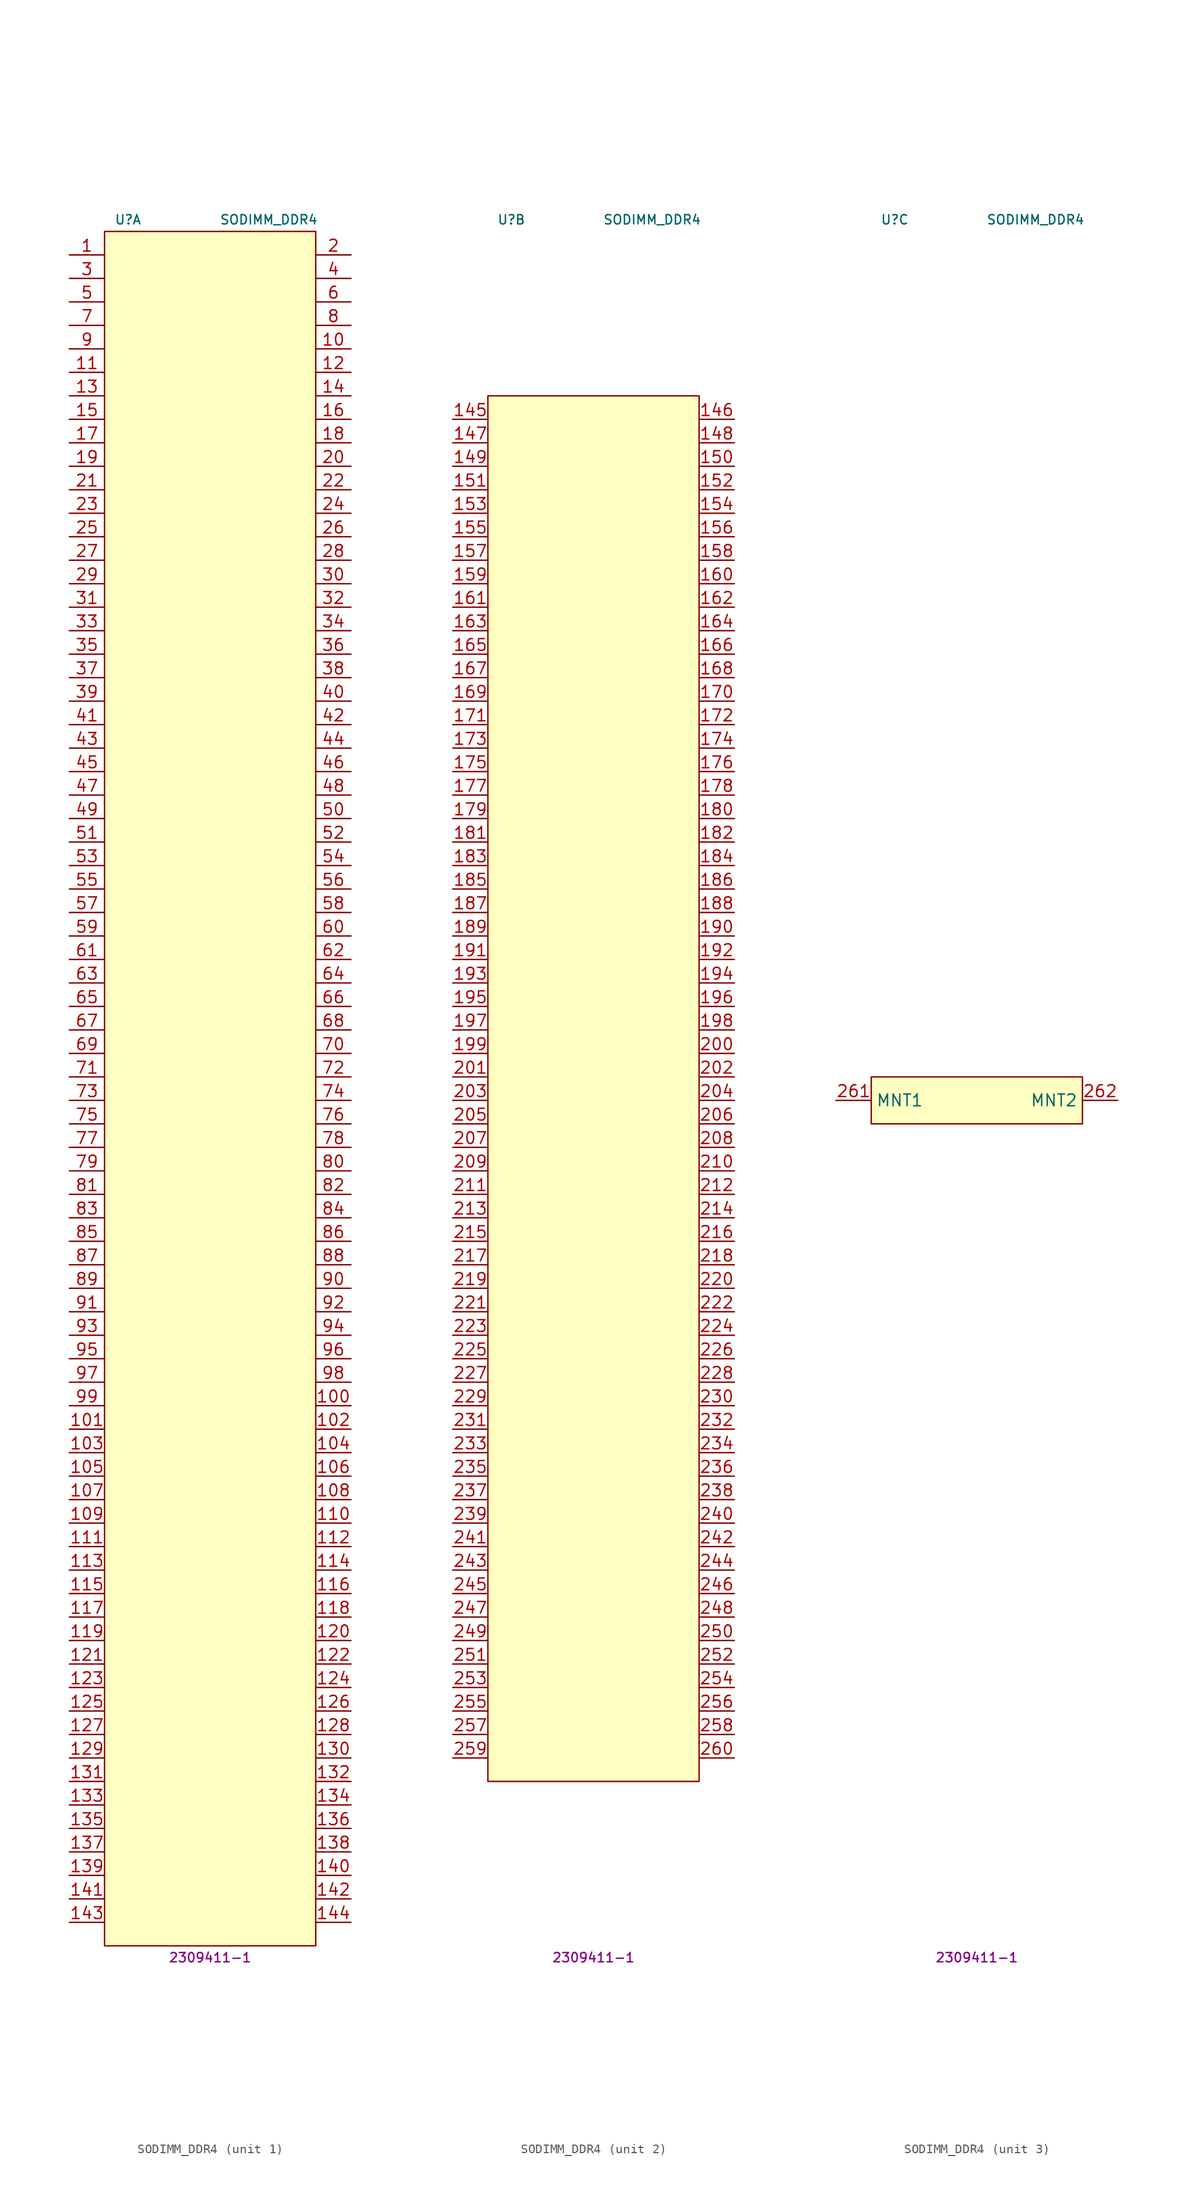
<source format=kicad_sym>
(kicad_symbol_lib
  (version 20231120)
  (generator "kicad_symbol_editor")
  (generator_version "8.0")
  (symbol "SODIMM_DDR4"
    (property "Reference" "U"
      (at -8.89 95.25 0)
      (effects (font (size 1 1))))
    (property "Value" "SODIMM_DDR4"
      (at 6.35 95.25 0)
      (effects (font (size 1 1))))
    (property "MPN" "2309411-1"
      (at 0 -92.71 0)
      (effects (font (size 1 1))))
    (property "ki_locked" ""
      (at 0 0 0)
      (effects (font (size 1.27 1.27))))
    (symbol "SODIMM_DDR4_1_1"
      (rectangle (start -11.43 93.98) (end 11.43 -91.44) (stroke (width 0.152) (type default)) (fill (type background)))
      (pin passive line (at -15.24 91.44 0) (length 3.81) (name "" (effects (font (size 1.27 1.27)))) (number "1" (effects (font (size 1.27 1.27)))))
      (pin passive line (at 15.24 81.28 180) (length 3.81) (name "" (effects (font (size 1.27 1.27)))) (number "10" (effects (font (size 1.27 1.27)))))
      (pin passive line (at 15.24 -33.02 180) (length 3.81) (name "" (effects (font (size 1.27 1.27)))) (number "100" (effects (font (size 1.27 1.27)))))
      (pin passive line (at -15.24 -35.56 0) (length 3.81) (name "" (effects (font (size 1.27 1.27)))) (number "101" (effects (font (size 1.27 1.27)))))
      (pin passive line (at 15.24 -35.56 180) (length 3.81) (name "" (effects (font (size 1.27 1.27)))) (number "102" (effects (font (size 1.27 1.27)))))
      (pin passive line (at -15.24 -38.1 0) (length 3.81) (name "" (effects (font (size 1.27 1.27)))) (number "103" (effects (font (size 1.27 1.27)))))
      (pin passive line (at 15.24 -38.1 180) (length 3.81) (name "" (effects (font (size 1.27 1.27)))) (number "104" (effects (font (size 1.27 1.27)))))
      (pin passive line (at -15.24 -40.64 0) (length 3.81) (name "" (effects (font (size 1.27 1.27)))) (number "105" (effects (font (size 1.27 1.27)))))
      (pin passive line (at 15.24 -40.64 180) (length 3.81) (name "" (effects (font (size 1.27 1.27)))) (number "106" (effects (font (size 1.27 1.27)))))
      (pin passive line (at -15.24 -43.18 0) (length 3.81) (name "" (effects (font (size 1.27 1.27)))) (number "107" (effects (font (size 1.27 1.27)))))
      (pin passive line (at 15.24 -43.18 180) (length 3.81) (name "" (effects (font (size 1.27 1.27)))) (number "108" (effects (font (size 1.27 1.27)))))
      (pin passive line (at -15.24 -45.72 0) (length 3.81) (name "" (effects (font (size 1.27 1.27)))) (number "109" (effects (font (size 1.27 1.27)))))
      (pin passive line (at -15.24 78.74 0) (length 3.81) (name "" (effects (font (size 1.27 1.27)))) (number "11" (effects (font (size 1.27 1.27)))))
      (pin passive line (at 15.24 -45.72 180) (length 3.81) (name "" (effects (font (size 1.27 1.27)))) (number "110" (effects (font (size 1.27 1.27)))))
      (pin passive line (at -15.24 -48.26 0) (length 3.81) (name "" (effects (font (size 1.27 1.27)))) (number "111" (effects (font (size 1.27 1.27)))))
      (pin passive line (at 15.24 -48.26 180) (length 3.81) (name "" (effects (font (size 1.27 1.27)))) (number "112" (effects (font (size 1.27 1.27)))))
      (pin passive line (at -15.24 -50.8 0) (length 3.81) (name "" (effects (font (size 1.27 1.27)))) (number "113" (effects (font (size 1.27 1.27)))))
      (pin passive line (at 15.24 -50.8 180) (length 3.81) (name "" (effects (font (size 1.27 1.27)))) (number "114" (effects (font (size 1.27 1.27)))))
      (pin passive line (at -15.24 -53.34 0) (length 3.81) (name "" (effects (font (size 1.27 1.27)))) (number "115" (effects (font (size 1.27 1.27)))))
      (pin passive line (at 15.24 -53.34 180) (length 3.81) (name "" (effects (font (size 1.27 1.27)))) (number "116" (effects (font (size 1.27 1.27)))))
      (pin passive line (at -15.24 -55.88 0) (length 3.81) (name "" (effects (font (size 1.27 1.27)))) (number "117" (effects (font (size 1.27 1.27)))))
      (pin passive line (at 15.24 -55.88 180) (length 3.81) (name "" (effects (font (size 1.27 1.27)))) (number "118" (effects (font (size 1.27 1.27)))))
      (pin passive line (at -15.24 -58.42 0) (length 3.81) (name "" (effects (font (size 1.27 1.27)))) (number "119" (effects (font (size 1.27 1.27)))))
      (pin passive line (at 15.24 78.74 180) (length 3.81) (name "" (effects (font (size 1.27 1.27)))) (number "12" (effects (font (size 1.27 1.27)))))
      (pin passive line (at 15.24 -58.42 180) (length 3.81) (name "" (effects (font (size 1.27 1.27)))) (number "120" (effects (font (size 1.27 1.27)))))
      (pin passive line (at -15.24 -60.96 0) (length 3.81) (name "" (effects (font (size 1.27 1.27)))) (number "121" (effects (font (size 1.27 1.27)))))
      (pin passive line (at 15.24 -60.96 180) (length 3.81) (name "" (effects (font (size 1.27 1.27)))) (number "122" (effects (font (size 1.27 1.27)))))
      (pin passive line (at -15.24 -63.5 0) (length 3.81) (name "" (effects (font (size 1.27 1.27)))) (number "123" (effects (font (size 1.27 1.27)))))
      (pin passive line (at 15.24 -63.5 180) (length 3.81) (name "" (effects (font (size 1.27 1.27)))) (number "124" (effects (font (size 1.27 1.27)))))
      (pin passive line (at -15.24 -66.04 0) (length 3.81) (name "" (effects (font (size 1.27 1.27)))) (number "125" (effects (font (size 1.27 1.27)))))
      (pin passive line (at 15.24 -66.04 180) (length 3.81) (name "" (effects (font (size 1.27 1.27)))) (number "126" (effects (font (size 1.27 1.27)))))
      (pin passive line (at -15.24 -68.58 0) (length 3.81) (name "" (effects (font (size 1.27 1.27)))) (number "127" (effects (font (size 1.27 1.27)))))
      (pin passive line (at 15.24 -68.58 180) (length 3.81) (name "" (effects (font (size 1.27 1.27)))) (number "128" (effects (font (size 1.27 1.27)))))
      (pin passive line (at -15.24 -71.12 0) (length 3.81) (name "" (effects (font (size 1.27 1.27)))) (number "129" (effects (font (size 1.27 1.27)))))
      (pin passive line (at -15.24 76.2 0) (length 3.81) (name "" (effects (font (size 1.27 1.27)))) (number "13" (effects (font (size 1.27 1.27)))))
      (pin passive line (at 15.24 -71.12 180) (length 3.81) (name "" (effects (font (size 1.27 1.27)))) (number "130" (effects (font (size 1.27 1.27)))))
      (pin passive line (at -15.24 -73.66 0) (length 3.81) (name "" (effects (font (size 1.27 1.27)))) (number "131" (effects (font (size 1.27 1.27)))))
      (pin passive line (at 15.24 -73.66 180) (length 3.81) (name "" (effects (font (size 1.27 1.27)))) (number "132" (effects (font (size 1.27 1.27)))))
      (pin passive line (at -15.24 -76.2 0) (length 3.81) (name "" (effects (font (size 1.27 1.27)))) (number "133" (effects (font (size 1.27 1.27)))))
      (pin passive line (at 15.24 -76.2 180) (length 3.81) (name "" (effects (font (size 1.27 1.27)))) (number "134" (effects (font (size 1.27 1.27)))))
      (pin passive line (at -15.24 -78.74 0) (length 3.81) (name "" (effects (font (size 1.27 1.27)))) (number "135" (effects (font (size 1.27 1.27)))))
      (pin passive line (at 15.24 -78.74 180) (length 3.81) (name "" (effects (font (size 1.27 1.27)))) (number "136" (effects (font (size 1.27 1.27)))))
      (pin passive line (at -15.24 -81.28 0) (length 3.81) (name "" (effects (font (size 1.27 1.27)))) (number "137" (effects (font (size 1.27 1.27)))))
      (pin passive line (at 15.24 -81.28 180) (length 3.81) (name "" (effects (font (size 1.27 1.27)))) (number "138" (effects (font (size 1.27 1.27)))))
      (pin passive line (at -15.24 -83.82 0) (length 3.81) (name "" (effects (font (size 1.27 1.27)))) (number "139" (effects (font (size 1.27 1.27)))))
      (pin passive line (at 15.24 76.2 180) (length 3.81) (name "" (effects (font (size 1.27 1.27)))) (number "14" (effects (font (size 1.27 1.27)))))
      (pin passive line (at 15.24 -83.82 180) (length 3.81) (name "" (effects (font (size 1.27 1.27)))) (number "140" (effects (font (size 1.27 1.27)))))
      (pin passive line (at -15.24 -86.36 0) (length 3.81) (name "" (effects (font (size 1.27 1.27)))) (number "141" (effects (font (size 1.27 1.27)))))
      (pin passive line (at 15.24 -86.36 180) (length 3.81) (name "" (effects (font (size 1.27 1.27)))) (number "142" (effects (font (size 1.27 1.27)))))
      (pin passive line (at -15.24 -88.9 0) (length 3.81) (name "" (effects (font (size 1.27 1.27)))) (number "143" (effects (font (size 1.27 1.27)))))
      (pin passive line (at 15.24 -88.9 180) (length 3.81) (name "" (effects (font (size 1.27 1.27)))) (number "144" (effects (font (size 1.27 1.27)))))
      (pin passive line (at -15.24 73.66 0) (length 3.81) (name "" (effects (font (size 1.27 1.27)))) (number "15" (effects (font (size 1.27 1.27)))))
      (pin passive line (at 15.24 73.66 180) (length 3.81) (name "" (effects (font (size 1.27 1.27)))) (number "16" (effects (font (size 1.27 1.27)))))
      (pin passive line (at -15.24 71.12 0) (length 3.81) (name "" (effects (font (size 1.27 1.27)))) (number "17" (effects (font (size 1.27 1.27)))))
      (pin passive line (at 15.24 71.12 180) (length 3.81) (name "" (effects (font (size 1.27 1.27)))) (number "18" (effects (font (size 1.27 1.27)))))
      (pin passive line (at -15.24 68.58 0) (length 3.81) (name "" (effects (font (size 1.27 1.27)))) (number "19" (effects (font (size 1.27 1.27)))))
      (pin passive line (at 15.24 91.44 180) (length 3.81) (name "" (effects (font (size 1.27 1.27)))) (number "2" (effects (font (size 1.27 1.27)))))
      (pin passive line (at 15.24 68.58 180) (length 3.81) (name "" (effects (font (size 1.27 1.27)))) (number "20" (effects (font (size 1.27 1.27)))))
      (pin passive line (at -15.24 66.04 0) (length 3.81) (name "" (effects (font (size 1.27 1.27)))) (number "21" (effects (font (size 1.27 1.27)))))
      (pin passive line (at 15.24 66.04 180) (length 3.81) (name "" (effects (font (size 1.27 1.27)))) (number "22" (effects (font (size 1.27 1.27)))))
      (pin passive line (at -15.24 63.5 0) (length 3.81) (name "" (effects (font (size 1.27 1.27)))) (number "23" (effects (font (size 1.27 1.27)))))
      (pin passive line (at 15.24 63.5 180) (length 3.81) (name "" (effects (font (size 1.27 1.27)))) (number "24" (effects (font (size 1.27 1.27)))))
      (pin passive line (at -15.24 60.96 0) (length 3.81) (name "" (effects (font (size 1.27 1.27)))) (number "25" (effects (font (size 1.27 1.27)))))
      (pin passive line (at 15.24 60.96 180) (length 3.81) (name "" (effects (font (size 1.27 1.27)))) (number "26" (effects (font (size 1.27 1.27)))))
      (pin passive line (at -15.24 58.42 0) (length 3.81) (name "" (effects (font (size 1.27 1.27)))) (number "27" (effects (font (size 1.27 1.27)))))
      (pin passive line (at 15.24 58.42 180) (length 3.81) (name "" (effects (font (size 1.27 1.27)))) (number "28" (effects (font (size 1.27 1.27)))))
      (pin passive line (at -15.24 55.88 0) (length 3.81) (name "" (effects (font (size 1.27 1.27)))) (number "29" (effects (font (size 1.27 1.27)))))
      (pin passive line (at -15.24 88.9 0) (length 3.81) (name "" (effects (font (size 1.27 1.27)))) (number "3" (effects (font (size 1.27 1.27)))))
      (pin passive line (at 15.24 55.88 180) (length 3.81) (name "" (effects (font (size 1.27 1.27)))) (number "30" (effects (font (size 1.27 1.27)))))
      (pin passive line (at -15.24 53.34 0) (length 3.81) (name "" (effects (font (size 1.27 1.27)))) (number "31" (effects (font (size 1.27 1.27)))))
      (pin passive line (at 15.24 53.34 180) (length 3.81) (name "" (effects (font (size 1.27 1.27)))) (number "32" (effects (font (size 1.27 1.27)))))
      (pin passive line (at -15.24 50.8 0) (length 3.81) (name "" (effects (font (size 1.27 1.27)))) (number "33" (effects (font (size 1.27 1.27)))))
      (pin passive line (at 15.24 50.8 180) (length 3.81) (name "" (effects (font (size 1.27 1.27)))) (number "34" (effects (font (size 1.27 1.27)))))
      (pin passive line (at -15.24 48.26 0) (length 3.81) (name "" (effects (font (size 1.27 1.27)))) (number "35" (effects (font (size 1.27 1.27)))))
      (pin passive line (at 15.24 48.26 180) (length 3.81) (name "" (effects (font (size 1.27 1.27)))) (number "36" (effects (font (size 1.27 1.27)))))
      (pin passive line (at -15.24 45.72 0) (length 3.81) (name "" (effects (font (size 1.27 1.27)))) (number "37" (effects (font (size 1.27 1.27)))))
      (pin passive line (at 15.24 45.72 180) (length 3.81) (name "" (effects (font (size 1.27 1.27)))) (number "38" (effects (font (size 1.27 1.27)))))
      (pin passive line (at -15.24 43.18 0) (length 3.81) (name "" (effects (font (size 1.27 1.27)))) (number "39" (effects (font (size 1.27 1.27)))))
      (pin passive line (at 15.24 88.9 180) (length 3.81) (name "" (effects (font (size 1.27 1.27)))) (number "4" (effects (font (size 1.27 1.27)))))
      (pin passive line (at 15.24 43.18 180) (length 3.81) (name "" (effects (font (size 1.27 1.27)))) (number "40" (effects (font (size 1.27 1.27)))))
      (pin passive line (at -15.24 40.64 0) (length 3.81) (name "" (effects (font (size 1.27 1.27)))) (number "41" (effects (font (size 1.27 1.27)))))
      (pin passive line (at 15.24 40.64 180) (length 3.81) (name "" (effects (font (size 1.27 1.27)))) (number "42" (effects (font (size 1.27 1.27)))))
      (pin passive line (at -15.24 38.1 0) (length 3.81) (name "" (effects (font (size 1.27 1.27)))) (number "43" (effects (font (size 1.27 1.27)))))
      (pin passive line (at 15.24 38.1 180) (length 3.81) (name "" (effects (font (size 1.27 1.27)))) (number "44" (effects (font (size 1.27 1.27)))))
      (pin passive line (at -15.24 35.56 0) (length 3.81) (name "" (effects (font (size 1.27 1.27)))) (number "45" (effects (font (size 1.27 1.27)))))
      (pin passive line (at 15.24 35.56 180) (length 3.81) (name "" (effects (font (size 1.27 1.27)))) (number "46" (effects (font (size 1.27 1.27)))))
      (pin passive line (at -15.24 33.02 0) (length 3.81) (name "" (effects (font (size 1.27 1.27)))) (number "47" (effects (font (size 1.27 1.27)))))
      (pin passive line (at 15.24 33.02 180) (length 3.81) (name "" (effects (font (size 1.27 1.27)))) (number "48" (effects (font (size 1.27 1.27)))))
      (pin passive line (at -15.24 30.48 0) (length 3.81) (name "" (effects (font (size 1.27 1.27)))) (number "49" (effects (font (size 1.27 1.27)))))
      (pin passive line (at -15.24 86.36 0) (length 3.81) (name "" (effects (font (size 1.27 1.27)))) (number "5" (effects (font (size 1.27 1.27)))))
      (pin passive line (at 15.24 30.48 180) (length 3.81) (name "" (effects (font (size 1.27 1.27)))) (number "50" (effects (font (size 1.27 1.27)))))
      (pin passive line (at -15.24 27.94 0) (length 3.81) (name "" (effects (font (size 1.27 1.27)))) (number "51" (effects (font (size 1.27 1.27)))))
      (pin passive line (at 15.24 27.94 180) (length 3.81) (name "" (effects (font (size 1.27 1.27)))) (number "52" (effects (font (size 1.27 1.27)))))
      (pin passive line (at -15.24 25.4 0) (length 3.81) (name "" (effects (font (size 1.27 1.27)))) (number "53" (effects (font (size 1.27 1.27)))))
      (pin passive line (at 15.24 25.4 180) (length 3.81) (name "" (effects (font (size 1.27 1.27)))) (number "54" (effects (font (size 1.27 1.27)))))
      (pin passive line (at -15.24 22.86 0) (length 3.81) (name "" (effects (font (size 1.27 1.27)))) (number "55" (effects (font (size 1.27 1.27)))))
      (pin passive line (at 15.24 22.86 180) (length 3.81) (name "" (effects (font (size 1.27 1.27)))) (number "56" (effects (font (size 1.27 1.27)))))
      (pin passive line (at -15.24 20.32 0) (length 3.81) (name "" (effects (font (size 1.27 1.27)))) (number "57" (effects (font (size 1.27 1.27)))))
      (pin passive line (at 15.24 20.32 180) (length 3.81) (name "" (effects (font (size 1.27 1.27)))) (number "58" (effects (font (size 1.27 1.27)))))
      (pin passive line (at -15.24 17.78 0) (length 3.81) (name "" (effects (font (size 1.27 1.27)))) (number "59" (effects (font (size 1.27 1.27)))))
      (pin passive line (at 15.24 86.36 180) (length 3.81) (name "" (effects (font (size 1.27 1.27)))) (number "6" (effects (font (size 1.27 1.27)))))
      (pin passive line (at 15.24 17.78 180) (length 3.81) (name "" (effects (font (size 1.27 1.27)))) (number "60" (effects (font (size 1.27 1.27)))))
      (pin passive line (at -15.24 15.24 0) (length 3.81) (name "" (effects (font (size 1.27 1.27)))) (number "61" (effects (font (size 1.27 1.27)))))
      (pin passive line (at 15.24 15.24 180) (length 3.81) (name "" (effects (font (size 1.27 1.27)))) (number "62" (effects (font (size 1.27 1.27)))))
      (pin passive line (at -15.24 12.7 0) (length 3.81) (name "" (effects (font (size 1.27 1.27)))) (number "63" (effects (font (size 1.27 1.27)))))
      (pin passive line (at 15.24 12.7 180) (length 3.81) (name "" (effects (font (size 1.27 1.27)))) (number "64" (effects (font (size 1.27 1.27)))))
      (pin passive line (at -15.24 10.16 0) (length 3.81) (name "" (effects (font (size 1.27 1.27)))) (number "65" (effects (font (size 1.27 1.27)))))
      (pin passive line (at 15.24 10.16 180) (length 3.81) (name "" (effects (font (size 1.27 1.27)))) (number "66" (effects (font (size 1.27 1.27)))))
      (pin passive line (at -15.24 7.62 0) (length 3.81) (name "" (effects (font (size 1.27 1.27)))) (number "67" (effects (font (size 1.27 1.27)))))
      (pin passive line (at 15.24 7.62 180) (length 3.81) (name "" (effects (font (size 1.27 1.27)))) (number "68" (effects (font (size 1.27 1.27)))))
      (pin passive line (at -15.24 5.08 0) (length 3.81) (name "" (effects (font (size 1.27 1.27)))) (number "69" (effects (font (size 1.27 1.27)))))
      (pin passive line (at -15.24 83.82 0) (length 3.81) (name "" (effects (font (size 1.27 1.27)))) (number "7" (effects (font (size 1.27 1.27)))))
      (pin passive line (at 15.24 5.08 180) (length 3.81) (name "" (effects (font (size 1.27 1.27)))) (number "70" (effects (font (size 1.27 1.27)))))
      (pin passive line (at -15.24 2.54 0) (length 3.81) (name "" (effects (font (size 1.27 1.27)))) (number "71" (effects (font (size 1.27 1.27)))))
      (pin passive line (at 15.24 2.54 180) (length 3.81) (name "" (effects (font (size 1.27 1.27)))) (number "72" (effects (font (size 1.27 1.27)))))
      (pin passive line (at -15.24 0 0) (length 3.81) (name "" (effects (font (size 1.27 1.27)))) (number "73" (effects (font (size 1.27 1.27)))))
      (pin passive line (at 15.24 0 180) (length 3.81) (name "" (effects (font (size 1.27 1.27)))) (number "74" (effects (font (size 1.27 1.27)))))
      (pin passive line (at -15.24 -2.54 0) (length 3.81) (name "" (effects (font (size 1.27 1.27)))) (number "75" (effects (font (size 1.27 1.27)))))
      (pin passive line (at 15.24 -2.54 180) (length 3.81) (name "" (effects (font (size 1.27 1.27)))) (number "76" (effects (font (size 1.27 1.27)))))
      (pin passive line (at -15.24 -5.08 0) (length 3.81) (name "" (effects (font (size 1.27 1.27)))) (number "77" (effects (font (size 1.27 1.27)))))
      (pin passive line (at 15.24 -5.08 180) (length 3.81) (name "" (effects (font (size 1.27 1.27)))) (number "78" (effects (font (size 1.27 1.27)))))
      (pin passive line (at -15.24 -7.62 0) (length 3.81) (name "" (effects (font (size 1.27 1.27)))) (number "79" (effects (font (size 1.27 1.27)))))
      (pin passive line (at 15.24 83.82 180) (length 3.81) (name "" (effects (font (size 1.27 1.27)))) (number "8" (effects (font (size 1.27 1.27)))))
      (pin passive line (at 15.24 -7.62 180) (length 3.81) (name "" (effects (font (size 1.27 1.27)))) (number "80" (effects (font (size 1.27 1.27)))))
      (pin passive line (at -15.24 -10.16 0) (length 3.81) (name "" (effects (font (size 1.27 1.27)))) (number "81" (effects (font (size 1.27 1.27)))))
      (pin passive line (at 15.24 -10.16 180) (length 3.81) (name "" (effects (font (size 1.27 1.27)))) (number "82" (effects (font (size 1.27 1.27)))))
      (pin passive line (at -15.24 -12.7 0) (length 3.81) (name "" (effects (font (size 1.27 1.27)))) (number "83" (effects (font (size 1.27 1.27)))))
      (pin passive line (at 15.24 -12.7 180) (length 3.81) (name "" (effects (font (size 1.27 1.27)))) (number "84" (effects (font (size 1.27 1.27)))))
      (pin passive line (at -15.24 -15.24 0) (length 3.81) (name "" (effects (font (size 1.27 1.27)))) (number "85" (effects (font (size 1.27 1.27)))))
      (pin passive line (at 15.24 -15.24 180) (length 3.81) (name "" (effects (font (size 1.27 1.27)))) (number "86" (effects (font (size 1.27 1.27)))))
      (pin passive line (at -15.24 -17.78 0) (length 3.81) (name "" (effects (font (size 1.27 1.27)))) (number "87" (effects (font (size 1.27 1.27)))))
      (pin passive line (at 15.24 -17.78 180) (length 3.81) (name "" (effects (font (size 1.27 1.27)))) (number "88" (effects (font (size 1.27 1.27)))))
      (pin passive line (at -15.24 -20.32 0) (length 3.81) (name "" (effects (font (size 1.27 1.27)))) (number "89" (effects (font (size 1.27 1.27)))))
      (pin passive line (at -15.24 81.28 0) (length 3.81) (name "" (effects (font (size 1.27 1.27)))) (number "9" (effects (font (size 1.27 1.27)))))
      (pin passive line (at 15.24 -20.32 180) (length 3.81) (name "" (effects (font (size 1.27 1.27)))) (number "90" (effects (font (size 1.27 1.27)))))
      (pin passive line (at -15.24 -22.86 0) (length 3.81) (name "" (effects (font (size 1.27 1.27)))) (number "91" (effects (font (size 1.27 1.27)))))
      (pin passive line (at 15.24 -22.86 180) (length 3.81) (name "" (effects (font (size 1.27 1.27)))) (number "92" (effects (font (size 1.27 1.27)))))
      (pin passive line (at -15.24 -25.4 0) (length 3.81) (name "" (effects (font (size 1.27 1.27)))) (number "93" (effects (font (size 1.27 1.27)))))
      (pin passive line (at 15.24 -25.4 180) (length 3.81) (name "" (effects (font (size 1.27 1.27)))) (number "94" (effects (font (size 1.27 1.27)))))
      (pin passive line (at -15.24 -27.94 0) (length 3.81) (name "" (effects (font (size 1.27 1.27)))) (number "95" (effects (font (size 1.27 1.27)))))
      (pin passive line (at 15.24 -27.94 180) (length 3.81) (name "" (effects (font (size 1.27 1.27)))) (number "96" (effects (font (size 1.27 1.27)))))
      (pin passive line (at -15.24 -30.48 0) (length 3.81) (name "" (effects (font (size 1.27 1.27)))) (number "97" (effects (font (size 1.27 1.27)))))
      (pin passive line (at 15.24 -30.48 180) (length 3.81) (name "" (effects (font (size 1.27 1.27)))) (number "98" (effects (font (size 1.27 1.27)))))
      (pin passive line (at -15.24 -33.02 0) (length 3.81) (name "" (effects (font (size 1.27 1.27)))) (number "99" (effects (font (size 1.27 1.27))))))
    (symbol "SODIMM_DDR4_2_1"
      (rectangle (start -11.43 76.2) (end 11.43 -73.66) (stroke (width 0.152) (type default)) (fill (type background)))
      (pin passive line (at -15.24 73.66 0) (length 3.81) (name "" (effects (font (size 1.27 1.27)))) (number "145" (effects (font (size 1.27 1.27)))))
      (pin passive line (at 15.24 73.66 180) (length 3.81) (name "" (effects (font (size 1.27 1.27)))) (number "146" (effects (font (size 1.27 1.27)))))
      (pin passive line (at -15.24 71.12 0) (length 3.81) (name "" (effects (font (size 1.27 1.27)))) (number "147" (effects (font (size 1.27 1.27)))))
      (pin passive line (at 15.24 71.12 180) (length 3.81) (name "" (effects (font (size 1.27 1.27)))) (number "148" (effects (font (size 1.27 1.27)))))
      (pin passive line (at -15.24 68.58 0) (length 3.81) (name "" (effects (font (size 1.27 1.27)))) (number "149" (effects (font (size 1.27 1.27)))))
      (pin passive line (at 15.24 68.58 180) (length 3.81) (name "" (effects (font (size 1.27 1.27)))) (number "150" (effects (font (size 1.27 1.27)))))
      (pin passive line (at -15.24 66.04 0) (length 3.81) (name "" (effects (font (size 1.27 1.27)))) (number "151" (effects (font (size 1.27 1.27)))))
      (pin passive line (at 15.24 66.04 180) (length 3.81) (name "" (effects (font (size 1.27 1.27)))) (number "152" (effects (font (size 1.27 1.27)))))
      (pin passive line (at -15.24 63.5 0) (length 3.81) (name "" (effects (font (size 1.27 1.27)))) (number "153" (effects (font (size 1.27 1.27)))))
      (pin passive line (at 15.24 63.5 180) (length 3.81) (name "" (effects (font (size 1.27 1.27)))) (number "154" (effects (font (size 1.27 1.27)))))
      (pin passive line (at -15.24 60.96 0) (length 3.81) (name "" (effects (font (size 1.27 1.27)))) (number "155" (effects (font (size 1.27 1.27)))))
      (pin passive line (at 15.24 60.96 180) (length 3.81) (name "" (effects (font (size 1.27 1.27)))) (number "156" (effects (font (size 1.27 1.27)))))
      (pin passive line (at -15.24 58.42 0) (length 3.81) (name "" (effects (font (size 1.27 1.27)))) (number "157" (effects (font (size 1.27 1.27)))))
      (pin passive line (at 15.24 58.42 180) (length 3.81) (name "" (effects (font (size 1.27 1.27)))) (number "158" (effects (font (size 1.27 1.27)))))
      (pin passive line (at -15.24 55.88 0) (length 3.81) (name "" (effects (font (size 1.27 1.27)))) (number "159" (effects (font (size 1.27 1.27)))))
      (pin passive line (at 15.24 55.88 180) (length 3.81) (name "" (effects (font (size 1.27 1.27)))) (number "160" (effects (font (size 1.27 1.27)))))
      (pin passive line (at -15.24 53.34 0) (length 3.81) (name "" (effects (font (size 1.27 1.27)))) (number "161" (effects (font (size 1.27 1.27)))))
      (pin passive line (at 15.24 53.34 180) (length 3.81) (name "" (effects (font (size 1.27 1.27)))) (number "162" (effects (font (size 1.27 1.27)))))
      (pin passive line (at -15.24 50.8 0) (length 3.81) (name "" (effects (font (size 1.27 1.27)))) (number "163" (effects (font (size 1.27 1.27)))))
      (pin passive line (at 15.24 50.8 180) (length 3.81) (name "" (effects (font (size 1.27 1.27)))) (number "164" (effects (font (size 1.27 1.27)))))
      (pin passive line (at -15.24 48.26 0) (length 3.81) (name "" (effects (font (size 1.27 1.27)))) (number "165" (effects (font (size 1.27 1.27)))))
      (pin passive line (at 15.24 48.26 180) (length 3.81) (name "" (effects (font (size 1.27 1.27)))) (number "166" (effects (font (size 1.27 1.27)))))
      (pin passive line (at -15.24 45.72 0) (length 3.81) (name "" (effects (font (size 1.27 1.27)))) (number "167" (effects (font (size 1.27 1.27)))))
      (pin passive line (at 15.24 45.72 180) (length 3.81) (name "" (effects (font (size 1.27 1.27)))) (number "168" (effects (font (size 1.27 1.27)))))
      (pin passive line (at -15.24 43.18 0) (length 3.81) (name "" (effects (font (size 1.27 1.27)))) (number "169" (effects (font (size 1.27 1.27)))))
      (pin passive line (at 15.24 43.18 180) (length 3.81) (name "" (effects (font (size 1.27 1.27)))) (number "170" (effects (font (size 1.27 1.27)))))
      (pin passive line (at -15.24 40.64 0) (length 3.81) (name "" (effects (font (size 1.27 1.27)))) (number "171" (effects (font (size 1.27 1.27)))))
      (pin passive line (at 15.24 40.64 180) (length 3.81) (name "" (effects (font (size 1.27 1.27)))) (number "172" (effects (font (size 1.27 1.27)))))
      (pin passive line (at -15.24 38.1 0) (length 3.81) (name "" (effects (font (size 1.27 1.27)))) (number "173" (effects (font (size 1.27 1.27)))))
      (pin passive line (at 15.24 38.1 180) (length 3.81) (name "" (effects (font (size 1.27 1.27)))) (number "174" (effects (font (size 1.27 1.27)))))
      (pin passive line (at -15.24 35.56 0) (length 3.81) (name "" (effects (font (size 1.27 1.27)))) (number "175" (effects (font (size 1.27 1.27)))))
      (pin passive line (at 15.24 35.56 180) (length 3.81) (name "" (effects (font (size 1.27 1.27)))) (number "176" (effects (font (size 1.27 1.27)))))
      (pin passive line (at -15.24 33.02 0) (length 3.81) (name "" (effects (font (size 1.27 1.27)))) (number "177" (effects (font (size 1.27 1.27)))))
      (pin passive line (at 15.24 33.02 180) (length 3.81) (name "" (effects (font (size 1.27 1.27)))) (number "178" (effects (font (size 1.27 1.27)))))
      (pin passive line (at -15.24 30.48 0) (length 3.81) (name "" (effects (font (size 1.27 1.27)))) (number "179" (effects (font (size 1.27 1.27)))))
      (pin passive line (at 15.24 30.48 180) (length 3.81) (name "" (effects (font (size 1.27 1.27)))) (number "180" (effects (font (size 1.27 1.27)))))
      (pin passive line (at -15.24 27.94 0) (length 3.81) (name "" (effects (font (size 1.27 1.27)))) (number "181" (effects (font (size 1.27 1.27)))))
      (pin passive line (at 15.24 27.94 180) (length 3.81) (name "" (effects (font (size 1.27 1.27)))) (number "182" (effects (font (size 1.27 1.27)))))
      (pin passive line (at -15.24 25.4 0) (length 3.81) (name "" (effects (font (size 1.27 1.27)))) (number "183" (effects (font (size 1.27 1.27)))))
      (pin passive line (at 15.24 25.4 180) (length 3.81) (name "" (effects (font (size 1.27 1.27)))) (number "184" (effects (font (size 1.27 1.27)))))
      (pin passive line (at -15.24 22.86 0) (length 3.81) (name "" (effects (font (size 1.27 1.27)))) (number "185" (effects (font (size 1.27 1.27)))))
      (pin passive line (at 15.24 22.86 180) (length 3.81) (name "" (effects (font (size 1.27 1.27)))) (number "186" (effects (font (size 1.27 1.27)))))
      (pin passive line (at -15.24 20.32 0) (length 3.81) (name "" (effects (font (size 1.27 1.27)))) (number "187" (effects (font (size 1.27 1.27)))))
      (pin passive line (at 15.24 20.32 180) (length 3.81) (name "" (effects (font (size 1.27 1.27)))) (number "188" (effects (font (size 1.27 1.27)))))
      (pin passive line (at -15.24 17.78 0) (length 3.81) (name "" (effects (font (size 1.27 1.27)))) (number "189" (effects (font (size 1.27 1.27)))))
      (pin passive line (at 15.24 17.78 180) (length 3.81) (name "" (effects (font (size 1.27 1.27)))) (number "190" (effects (font (size 1.27 1.27)))))
      (pin passive line (at -15.24 15.24 0) (length 3.81) (name "" (effects (font (size 1.27 1.27)))) (number "191" (effects (font (size 1.27 1.27)))))
      (pin passive line (at 15.24 15.24 180) (length 3.81) (name "" (effects (font (size 1.27 1.27)))) (number "192" (effects (font (size 1.27 1.27)))))
      (pin passive line (at -15.24 12.7 0) (length 3.81) (name "" (effects (font (size 1.27 1.27)))) (number "193" (effects (font (size 1.27 1.27)))))
      (pin passive line (at 15.24 12.7 180) (length 3.81) (name "" (effects (font (size 1.27 1.27)))) (number "194" (effects (font (size 1.27 1.27)))))
      (pin passive line (at -15.24 10.16 0) (length 3.81) (name "" (effects (font (size 1.27 1.27)))) (number "195" (effects (font (size 1.27 1.27)))))
      (pin passive line (at 15.24 10.16 180) (length 3.81) (name "" (effects (font (size 1.27 1.27)))) (number "196" (effects (font (size 1.27 1.27)))))
      (pin passive line (at -15.24 7.62 0) (length 3.81) (name "" (effects (font (size 1.27 1.27)))) (number "197" (effects (font (size 1.27 1.27)))))
      (pin passive line (at 15.24 7.62 180) (length 3.81) (name "" (effects (font (size 1.27 1.27)))) (number "198" (effects (font (size 1.27 1.27)))))
      (pin passive line (at -15.24 5.08 0) (length 3.81) (name "" (effects (font (size 1.27 1.27)))) (number "199" (effects (font (size 1.27 1.27)))))
      (pin passive line (at 15.24 5.08 180) (length 3.81) (name "" (effects (font (size 1.27 1.27)))) (number "200" (effects (font (size 1.27 1.27)))))
      (pin passive line (at -15.24 2.54 0) (length 3.81) (name "" (effects (font (size 1.27 1.27)))) (number "201" (effects (font (size 1.27 1.27)))))
      (pin passive line (at 15.24 2.54 180) (length 3.81) (name "" (effects (font (size 1.27 1.27)))) (number "202" (effects (font (size 1.27 1.27)))))
      (pin passive line (at -15.24 0 0) (length 3.81) (name "" (effects (font (size 1.27 1.27)))) (number "203" (effects (font (size 1.27 1.27)))))
      (pin passive line (at 15.24 0 180) (length 3.81) (name "" (effects (font (size 1.27 1.27)))) (number "204" (effects (font (size 1.27 1.27)))))
      (pin passive line (at -15.24 -2.54 0) (length 3.81) (name "" (effects (font (size 1.27 1.27)))) (number "205" (effects (font (size 1.27 1.27)))))
      (pin passive line (at 15.24 -2.54 180) (length 3.81) (name "" (effects (font (size 1.27 1.27)))) (number "206" (effects (font (size 1.27 1.27)))))
      (pin passive line (at -15.24 -5.08 0) (length 3.81) (name "" (effects (font (size 1.27 1.27)))) (number "207" (effects (font (size 1.27 1.27)))))
      (pin passive line (at 15.24 -5.08 180) (length 3.81) (name "" (effects (font (size 1.27 1.27)))) (number "208" (effects (font (size 1.27 1.27)))))
      (pin passive line (at -15.24 -7.62 0) (length 3.81) (name "" (effects (font (size 1.27 1.27)))) (number "209" (effects (font (size 1.27 1.27)))))
      (pin passive line (at 15.24 -7.62 180) (length 3.81) (name "" (effects (font (size 1.27 1.27)))) (number "210" (effects (font (size 1.27 1.27)))))
      (pin passive line (at -15.24 -10.16 0) (length 3.81) (name "" (effects (font (size 1.27 1.27)))) (number "211" (effects (font (size 1.27 1.27)))))
      (pin passive line (at 15.24 -10.16 180) (length 3.81) (name "" (effects (font (size 1.27 1.27)))) (number "212" (effects (font (size 1.27 1.27)))))
      (pin passive line (at -15.24 -12.7 0) (length 3.81) (name "" (effects (font (size 1.27 1.27)))) (number "213" (effects (font (size 1.27 1.27)))))
      (pin passive line (at 15.24 -12.7 180) (length 3.81) (name "" (effects (font (size 1.27 1.27)))) (number "214" (effects (font (size 1.27 1.27)))))
      (pin passive line (at -15.24 -15.24 0) (length 3.81) (name "" (effects (font (size 1.27 1.27)))) (number "215" (effects (font (size 1.27 1.27)))))
      (pin passive line (at 15.24 -15.24 180) (length 3.81) (name "" (effects (font (size 1.27 1.27)))) (number "216" (effects (font (size 1.27 1.27)))))
      (pin passive line (at -15.24 -17.78 0) (length 3.81) (name "" (effects (font (size 1.27 1.27)))) (number "217" (effects (font (size 1.27 1.27)))))
      (pin passive line (at 15.24 -17.78 180) (length 3.81) (name "" (effects (font (size 1.27 1.27)))) (number "218" (effects (font (size 1.27 1.27)))))
      (pin passive line (at -15.24 -20.32 0) (length 3.81) (name "" (effects (font (size 1.27 1.27)))) (number "219" (effects (font (size 1.27 1.27)))))
      (pin passive line (at 15.24 -20.32 180) (length 3.81) (name "" (effects (font (size 1.27 1.27)))) (number "220" (effects (font (size 1.27 1.27)))))
      (pin passive line (at -15.24 -22.86 0) (length 3.81) (name "" (effects (font (size 1.27 1.27)))) (number "221" (effects (font (size 1.27 1.27)))))
      (pin passive line (at 15.24 -22.86 180) (length 3.81) (name "" (effects (font (size 1.27 1.27)))) (number "222" (effects (font (size 1.27 1.27)))))
      (pin passive line (at -15.24 -25.4 0) (length 3.81) (name "" (effects (font (size 1.27 1.27)))) (number "223" (effects (font (size 1.27 1.27)))))
      (pin passive line (at 15.24 -25.4 180) (length 3.81) (name "" (effects (font (size 1.27 1.27)))) (number "224" (effects (font (size 1.27 1.27)))))
      (pin passive line (at -15.24 -27.94 0) (length 3.81) (name "" (effects (font (size 1.27 1.27)))) (number "225" (effects (font (size 1.27 1.27)))))
      (pin passive line (at 15.24 -27.94 180) (length 3.81) (name "" (effects (font (size 1.27 1.27)))) (number "226" (effects (font (size 1.27 1.27)))))
      (pin passive line (at -15.24 -30.48 0) (length 3.81) (name "" (effects (font (size 1.27 1.27)))) (number "227" (effects (font (size 1.27 1.27)))))
      (pin passive line (at 15.24 -30.48 180) (length 3.81) (name "" (effects (font (size 1.27 1.27)))) (number "228" (effects (font (size 1.27 1.27)))))
      (pin passive line (at -15.24 -33.02 0) (length 3.81) (name "" (effects (font (size 1.27 1.27)))) (number "229" (effects (font (size 1.27 1.27)))))
      (pin passive line (at 15.24 -33.02 180) (length 3.81) (name "" (effects (font (size 1.27 1.27)))) (number "230" (effects (font (size 1.27 1.27)))))
      (pin passive line (at -15.24 -35.56 0) (length 3.81) (name "" (effects (font (size 1.27 1.27)))) (number "231" (effects (font (size 1.27 1.27)))))
      (pin passive line (at 15.24 -35.56 180) (length 3.81) (name "" (effects (font (size 1.27 1.27)))) (number "232" (effects (font (size 1.27 1.27)))))
      (pin passive line (at -15.24 -38.1 0) (length 3.81) (name "" (effects (font (size 1.27 1.27)))) (number "233" (effects (font (size 1.27 1.27)))))
      (pin passive line (at 15.24 -38.1 180) (length 3.81) (name "" (effects (font (size 1.27 1.27)))) (number "234" (effects (font (size 1.27 1.27)))))
      (pin passive line (at -15.24 -40.64 0) (length 3.81) (name "" (effects (font (size 1.27 1.27)))) (number "235" (effects (font (size 1.27 1.27)))))
      (pin passive line (at 15.24 -40.64 180) (length 3.81) (name "" (effects (font (size 1.27 1.27)))) (number "236" (effects (font (size 1.27 1.27)))))
      (pin passive line (at -15.24 -43.18 0) (length 3.81) (name "" (effects (font (size 1.27 1.27)))) (number "237" (effects (font (size 1.27 1.27)))))
      (pin passive line (at 15.24 -43.18 180) (length 3.81) (name "" (effects (font (size 1.27 1.27)))) (number "238" (effects (font (size 1.27 1.27)))))
      (pin passive line (at -15.24 -45.72 0) (length 3.81) (name "" (effects (font (size 1.27 1.27)))) (number "239" (effects (font (size 1.27 1.27)))))
      (pin passive line (at 15.24 -45.72 180) (length 3.81) (name "" (effects (font (size 1.27 1.27)))) (number "240" (effects (font (size 1.27 1.27)))))
      (pin passive line (at -15.24 -48.26 0) (length 3.81) (name "" (effects (font (size 1.27 1.27)))) (number "241" (effects (font (size 1.27 1.27)))))
      (pin passive line (at 15.24 -48.26 180) (length 3.81) (name "" (effects (font (size 1.27 1.27)))) (number "242" (effects (font (size 1.27 1.27)))))
      (pin passive line (at -15.24 -50.8 0) (length 3.81) (name "" (effects (font (size 1.27 1.27)))) (number "243" (effects (font (size 1.27 1.27)))))
      (pin passive line (at 15.24 -50.8 180) (length 3.81) (name "" (effects (font (size 1.27 1.27)))) (number "244" (effects (font (size 1.27 1.27)))))
      (pin passive line (at -15.24 -53.34 0) (length 3.81) (name "" (effects (font (size 1.27 1.27)))) (number "245" (effects (font (size 1.27 1.27)))))
      (pin passive line (at 15.24 -53.34 180) (length 3.81) (name "" (effects (font (size 1.27 1.27)))) (number "246" (effects (font (size 1.27 1.27)))))
      (pin passive line (at -15.24 -55.88 0) (length 3.81) (name "" (effects (font (size 1.27 1.27)))) (number "247" (effects (font (size 1.27 1.27)))))
      (pin passive line (at 15.24 -55.88 180) (length 3.81) (name "" (effects (font (size 1.27 1.27)))) (number "248" (effects (font (size 1.27 1.27)))))
      (pin passive line (at -15.24 -58.42 0) (length 3.81) (name "" (effects (font (size 1.27 1.27)))) (number "249" (effects (font (size 1.27 1.27)))))
      (pin passive line (at 15.24 -58.42 180) (length 3.81) (name "" (effects (font (size 1.27 1.27)))) (number "250" (effects (font (size 1.27 1.27)))))
      (pin passive line (at -15.24 -60.96 0) (length 3.81) (name "" (effects (font (size 1.27 1.27)))) (number "251" (effects (font (size 1.27 1.27)))))
      (pin passive line (at 15.24 -60.96 180) (length 3.81) (name "" (effects (font (size 1.27 1.27)))) (number "252" (effects (font (size 1.27 1.27)))))
      (pin passive line (at -15.24 -63.5 0) (length 3.81) (name "" (effects (font (size 1.27 1.27)))) (number "253" (effects (font (size 1.27 1.27)))))
      (pin passive line (at 15.24 -63.5 180) (length 3.81) (name "" (effects (font (size 1.27 1.27)))) (number "254" (effects (font (size 1.27 1.27)))))
      (pin passive line (at -15.24 -66.04 0) (length 3.81) (name "" (effects (font (size 1.27 1.27)))) (number "255" (effects (font (size 1.27 1.27)))))
      (pin passive line (at 15.24 -66.04 180) (length 3.81) (name "" (effects (font (size 1.27 1.27)))) (number "256" (effects (font (size 1.27 1.27)))))
      (pin passive line (at -15.24 -68.58 0) (length 3.81) (name "" (effects (font (size 1.27 1.27)))) (number "257" (effects (font (size 1.27 1.27)))))
      (pin passive line (at 15.24 -68.58 180) (length 3.81) (name "" (effects (font (size 1.27 1.27)))) (number "258" (effects (font (size 1.27 1.27)))))
      (pin passive line (at -15.24 -71.12 0) (length 3.81) (name "" (effects (font (size 1.27 1.27)))) (number "259" (effects (font (size 1.27 1.27)))))
      (pin passive line (at 15.24 -71.12 180) (length 3.81) (name "" (effects (font (size 1.27 1.27)))) (number "260" (effects (font (size 1.27 1.27))))))
    (symbol "SODIMM_DDR4_3_1"
      (rectangle (start -11.43 2.54) (end 11.43 -2.54) (stroke (width 0.152) (type default)) (fill (type background)))
      (pin passive line (at -15.24 0 0) (length 3.81) (name "MNT1" (effects (font (size 1.27 1.27)))) (number "261" (effects (font (size 1.27 1.27)))))
      (pin passive line (at 15.24 0 180) (length 3.81) (name "MNT2" (effects (font (size 1.27 1.27)))) (number "262" (effects (font (size 1.27 1.27))))))))
</source>
